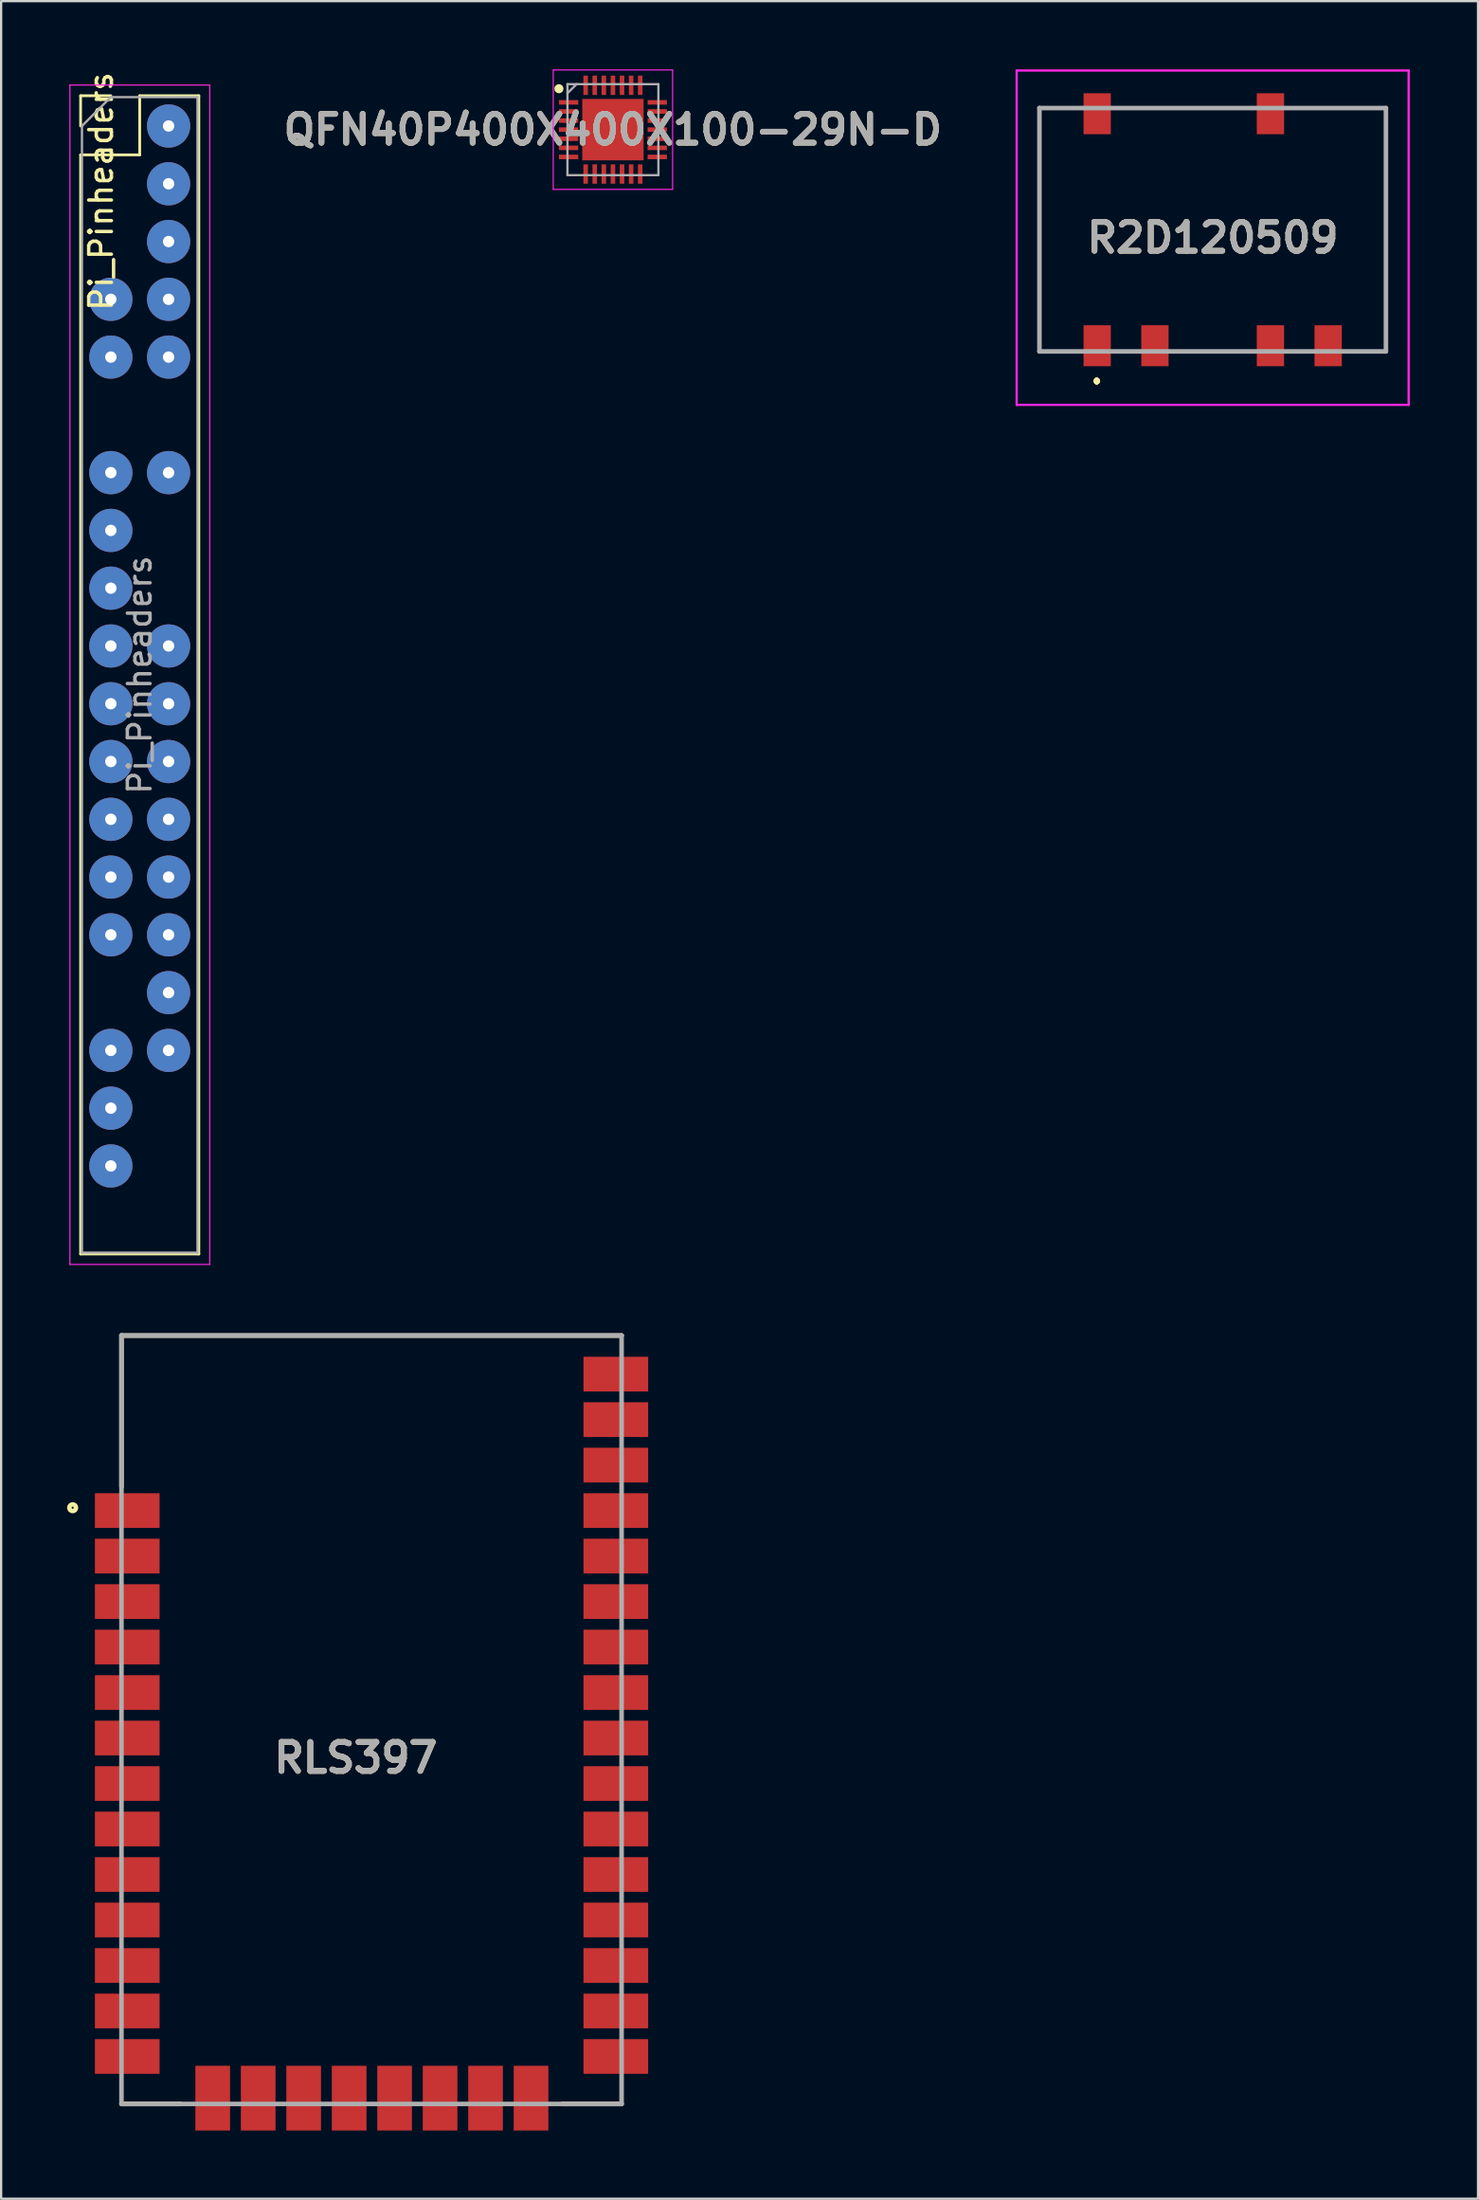
<source format=kicad_pcb>
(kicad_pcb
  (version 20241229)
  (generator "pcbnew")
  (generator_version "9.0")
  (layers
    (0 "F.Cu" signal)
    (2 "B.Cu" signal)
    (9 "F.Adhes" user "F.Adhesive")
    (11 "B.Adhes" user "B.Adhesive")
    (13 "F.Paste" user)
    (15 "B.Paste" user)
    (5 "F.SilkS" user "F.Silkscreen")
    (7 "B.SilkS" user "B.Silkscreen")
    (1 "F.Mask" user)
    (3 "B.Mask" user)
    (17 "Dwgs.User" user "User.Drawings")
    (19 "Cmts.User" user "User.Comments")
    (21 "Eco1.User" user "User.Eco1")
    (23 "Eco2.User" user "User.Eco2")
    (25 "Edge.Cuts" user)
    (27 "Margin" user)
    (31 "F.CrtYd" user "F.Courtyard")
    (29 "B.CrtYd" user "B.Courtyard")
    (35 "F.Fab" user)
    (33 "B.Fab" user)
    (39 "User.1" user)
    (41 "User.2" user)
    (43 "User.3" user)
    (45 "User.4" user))
  (footprint "RLS397"
    (layer "F.Cu")
    (at 24.289 89.446)
    (property "Reference" "RLS397" (at -11.695 -15.217 0) (layer "F.SilkS") (effects (font (size 1.27 1.27) (thickness 0.254))))
    (attr smd)
    (fp_line (start -21.996 -33.782) (end -21.996 -27.128) (stroke (width 0.2) (type solid)) (layer "F.SilkS"))
    (fp_line (start -21.996 0) (end -19.4 0) (stroke (width 0.2) (type solid)) (layer "F.SilkS"))
    (fp_line (start 0 -33.782) (end -21.996 -33.782) (stroke (width 0.2) (type solid)) (layer "F.SilkS"))
    (fp_line (start 0 0) (end -2.6 0) (stroke (width 0.2) (type solid)) (layer "F.SilkS"))
    (fp_circle (center -24.143 -26.211) (end -24.143 -26.165) (stroke (width 0.2) (type solid)) (fill no) (layer "F.SilkS"))
    (fp_line (start -21.996 -33.782) (end 0 -33.782) (stroke (width 0.2) (type solid)) (layer "F.Fab"))
    (fp_line (start -21.996 0) (end -21.996 -33.782) (stroke (width 0.2) (type solid)) (layer "F.Fab"))
    (fp_line (start 0 -33.782) (end 0 0) (stroke (width 0.2) (type solid)) (layer "F.Fab"))
    (fp_line (start 0 0) (end -21.996 0) (stroke (width 0.2) (type solid)) (layer "F.Fab"))
    (fp_text user "${REFERENCE}" (at -11.695 -15.217 0) (layer "F.Fab") (effects (font (size 1.27 1.27) (thickness 0.254))))
    (pad "1" smd rect (at -21.742 -26.086 90) (size 1.524 2.845) (layers "F.Cu" "F.Mask" "F.Paste"))
    (pad "2" smd rect (at -21.742 -24.086 90) (size 1.524 2.845) (layers "F.Cu" "F.Mask" "F.Paste"))
    (pad "3" smd rect (at -21.742 -22.086 90) (size 1.524 2.845) (layers "F.Cu" "F.Mask" "F.Paste"))
    (pad "4" smd rect (at -21.742 -20.086 90) (size 1.524 2.845) (layers "F.Cu" "F.Mask" "F.Paste"))
    (pad "5" smd rect (at -21.742 -18.086 90) (size 1.524 2.845) (layers "F.Cu" "F.Mask" "F.Paste"))
    (pad "6" smd rect (at -21.742 -16.086 90) (size 1.524 2.845) (layers "F.Cu" "F.Mask" "F.Paste"))
    (pad "7" smd rect (at -21.742 -14.086 90) (size 1.524 2.845) (layers "F.Cu" "F.Mask" "F.Paste"))
    (pad "8" smd rect (at -21.742 -12.086 90) (size 1.524 2.845) (layers "F.Cu" "F.Mask" "F.Paste"))
    (pad "9" smd rect (at -21.742 -10.086 90) (size 1.524 2.845) (layers "F.Cu" "F.Mask" "F.Paste"))
    (pad "10" smd rect (at -21.742 -8.086 90) (size 1.524 2.845) (layers "F.Cu" "F.Mask" "F.Paste"))
    (pad "11" smd rect (at -21.742 -6.086 90) (size 1.524 2.845) (layers "F.Cu" "F.Mask" "F.Paste"))
    (pad "12" smd rect (at -21.742 -4.086 90) (size 1.524 2.845) (layers "F.Cu" "F.Mask" "F.Paste"))
    (pad "13" smd rect (at -21.742 -2.086 90) (size 1.524 2.845) (layers "F.Cu" "F.Mask" "F.Paste"))
    (pad "14" smd rect (at -17.983 -0.254) (size 1.524 2.845) (layers "F.Cu" "F.Mask" "F.Paste"))
    (pad "15" smd rect (at -15.983 -0.254) (size 1.524 2.845) (layers "F.Cu" "F.Mask" "F.Paste"))
    (pad "16" smd rect (at -13.983 -0.254) (size 1.524 2.845) (layers "F.Cu" "F.Mask" "F.Paste"))
    (pad "17" smd rect (at -11.983 -0.254) (size 1.524 2.845) (layers "F.Cu" "F.Mask" "F.Paste"))
    (pad "18" smd rect (at -9.983 -0.254) (size 1.524 2.845) (layers "F.Cu" "F.Mask" "F.Paste"))
    (pad "19" smd rect (at -7.983 -0.254) (size 1.524 2.845) (layers "F.Cu" "F.Mask" "F.Paste"))
    (pad "20" smd rect (at -5.983 -0.254) (size 1.524 2.845) (layers "F.Cu" "F.Mask" "F.Paste"))
    (pad "21" smd rect (at -3.983 -0.254) (size 1.524 2.845) (layers "F.Cu" "F.Mask" "F.Paste"))
    (pad "22" smd rect (at -0.254 -2.086 90) (size 1.524 2.845) (layers "F.Cu" "F.Mask" "F.Paste"))
    (pad "23" smd rect (at -0.254 -4.086 90) (size 1.524 2.845) (layers "F.Cu" "F.Mask" "F.Paste"))
    (pad "24" smd rect (at -0.254 -6.086 90) (size 1.524 2.845) (layers "F.Cu" "F.Mask" "F.Paste"))
    (pad "25" smd rect (at -0.254 -8.086 90) (size 1.524 2.845) (layers "F.Cu" "F.Mask" "F.Paste"))
    (pad "26" smd rect (at -0.254 -10.086 90) (size 1.524 2.845) (layers "F.Cu" "F.Mask" "F.Paste"))
    (pad "27" smd rect (at -0.254 -12.086 90) (size 1.524 2.845) (layers "F.Cu" "F.Mask" "F.Paste"))
    (pad "28" smd rect (at -0.254 -14.086 90) (size 1.524 2.845) (layers "F.Cu" "F.Mask" "F.Paste"))
    (pad "29" smd rect (at -0.254 -16.086 90) (size 1.524 2.845) (layers "F.Cu" "F.Mask" "F.Paste"))
    (pad "30" smd rect (at -0.254 -18.086 90) (size 1.524 2.845) (layers "F.Cu" "F.Mask" "F.Paste"))
    (pad "31" smd rect (at -0.254 -20.086 90) (size 1.524 2.845) (layers "F.Cu" "F.Mask" "F.Paste"))
    (pad "32" smd rect (at -0.254 -22.086 90) (size 1.524 2.845) (layers "F.Cu" "F.Mask" "F.Paste"))
    (pad "33" smd rect (at -0.254 -24.086 90) (size 1.524 2.845) (layers "F.Cu" "F.Mask" "F.Paste"))
    (pad "34" smd rect (at -0.254 -26.086 90) (size 1.524 2.845) (layers "F.Cu" "F.Mask" "F.Paste"))
    (pad "35" smd rect (at -0.254 -28.086 90) (size 1.524 2.845) (layers "F.Cu" "F.Mask" "F.Paste"))
    (pad "36" smd rect (at -0.254 -30.086 90) (size 1.524 2.845) (layers "F.Cu" "F.Mask" "F.Paste"))
    (pad "37" smd rect (at -0.254 -32.086 90) (size 1.524 2.845) (layers "F.Cu" "F.Mask" "F.Paste")))
  (footprint "R2D120509"
    (layer "F.Cu")
    (at 50.286 7.05)
    (property "Reference" "R2D120509" (at 0 0.35 180) (layer "F.SilkS") (effects (font (size 1.27 1.27) (thickness 0.254))))
    (attr smd)
    (fp_line (start -7.62 -5.35) (end -7.62 5.35) (stroke (width 0.1) (type solid)) (layer "F.SilkS"))
    (fp_line (start -7.62 5.35) (end -6.25 5.35) (stroke (width 0.1) (type solid)) (layer "F.SilkS"))
    (fp_line (start -6.25 -5.35) (end -7.62 -5.35) (stroke (width 0.1) (type solid)) (layer "F.SilkS"))
    (fp_line (start -5.1 6.6) (end -5.1 6.6) (stroke (width 0.2) (type solid)) (layer "F.SilkS"))
    (fp_line (start -5.1 6.7) (end -5.1 6.7) (stroke (width 0.2) (type solid)) (layer "F.SilkS"))
    (fp_line (start -5.1 6.7) (end -5.1 6.7) (stroke (width 0.2) (type solid)) (layer "F.SilkS"))
    (fp_line (start -1.25 5.35) (end 1.25 5.35) (stroke (width 0.1) (type solid)) (layer "F.SilkS"))
    (fp_line (start 1.25 -5.35) (end -3.75 -5.35) (stroke (width 0.1) (type solid)) (layer "F.SilkS"))
    (fp_line (start 6.25 5.35) (end 7.62 5.35) (stroke (width 0.1) (type solid)) (layer "F.SilkS"))
    (fp_line (start 7.62 -5.35) (end 3.75 -5.35) (stroke (width 0.1) (type solid)) (layer "F.SilkS"))
    (fp_line (start 7.62 5.35) (end 7.62 -5.35) (stroke (width 0.1) (type solid)) (layer "F.SilkS"))
    (fp_arc (start -5.1 6.6) (mid -5.05 6.65) (end -5.1 6.7) (stroke (width 0.2) (type solid)) (layer "F.SilkS"))
    (fp_arc (start -5.1 6.6) (mid -5.05 6.65) (end -5.1 6.7) (stroke (width 0.2) (type solid)) (layer "F.SilkS"))
    (fp_arc (start -5.1 6.7) (mid -5.15 6.65) (end -5.1 6.6) (stroke (width 0.2) (type solid)) (layer "F.SilkS"))
    (fp_line (start -8.62 -7) (end 8.62 -7) (stroke (width 0.1) (type solid)) (layer "F.CrtYd"))
    (fp_line (start -8.62 7.7) (end -8.62 -7) (stroke (width 0.1) (type solid)) (layer "F.CrtYd"))
    (fp_line (start 8.62 -7) (end 8.62 7.7) (stroke (width 0.1) (type solid)) (layer "F.CrtYd"))
    (fp_line (start 8.62 7.7) (end -8.62 7.7) (stroke (width 0.1) (type solid)) (layer "F.CrtYd"))
    (fp_line (start -7.62 -5.35) (end -7.62 5.35) (stroke (width 0.2) (type solid)) (layer "F.Fab"))
    (fp_line (start -7.62 5.35) (end 7.62 5.35) (stroke (width 0.2) (type solid)) (layer "F.Fab"))
    (fp_line (start 7.62 -5.35) (end -7.62 -5.35) (stroke (width 0.2) (type solid)) (layer "F.Fab"))
    (fp_line (start 7.62 5.35) (end 7.62 -5.35) (stroke (width 0.2) (type solid)) (layer "F.Fab"))
    (fp_text user "${REFERENCE}" (at 0 0.35 180) (layer "F.Fab") (effects (font (size 1.27 1.27) (thickness 0.254))))
    (pad "1" smd rect (at -5.08 5.1) (size 1.2 1.8) (layers "F.Cu" "F.Mask" "F.Paste"))
    (pad "2" smd rect (at -2.54 5.1) (size 1.2 1.8) (layers "F.Cu" "F.Mask" "F.Paste"))
    (pad "4" smd rect (at 2.54 5.1) (size 1.2 1.8) (layers "F.Cu" "F.Mask" "F.Paste"))
    (pad "5" smd rect (at 5.08 5.1) (size 1.2 1.8) (layers "F.Cu" "F.Mask" "F.Paste"))
    (pad "7" smd rect (at 2.54 -5.1) (size 1.2 1.8) (layers "F.Cu" "F.Mask" "F.Paste"))
    (pad "10" smd rect (at -5.08 -5.1) (size 1.2 1.8) (layers "F.Cu" "F.Mask" "F.Paste")))
  (footprint "QFN40P400X400X100-29N-D"
    (layer "F.Cu")
    (at 23.908 2.65)
    (property "Reference" "QFN40P400X400X100-29N-D" (at 0 0 0) (layer "F.SilkS") (effects (font (size 1.27 1.27) (thickness 0.254))))
    (attr smd)
    (fp_circle (center -2.375 -1.8) (end -2.375 -1.7) (stroke (width 0.2) (type solid)) (fill no) (layer "F.SilkS"))
    (fp_line (start -2.625 -2.625) (end 2.625 -2.625) (stroke (width 0.05) (type solid)) (layer "F.CrtYd"))
    (fp_line (start -2.625 2.625) (end -2.625 -2.625) (stroke (width 0.05) (type solid)) (layer "F.CrtYd"))
    (fp_line (start 2.625 -2.625) (end 2.625 2.625) (stroke (width 0.05) (type solid)) (layer "F.CrtYd"))
    (fp_line (start 2.625 2.625) (end -2.625 2.625) (stroke (width 0.05) (type solid)) (layer "F.CrtYd"))
    (fp_line (start -2 -2) (end 2 -2) (stroke (width 0.1) (type solid)) (layer "F.Fab"))
    (fp_line (start -2 -1.6) (end -1.6 -2) (stroke (width 0.1) (type solid)) (layer "F.Fab"))
    (fp_line (start -2 2) (end -2 -2) (stroke (width 0.1) (type solid)) (layer "F.Fab"))
    (fp_line (start 2 -2) (end 2 2) (stroke (width 0.1) (type solid)) (layer "F.Fab"))
    (fp_line (start 2 2) (end -2 2) (stroke (width 0.1) (type solid)) (layer "F.Fab"))
    (fp_text user "${REFERENCE}" (at 0 0 0) (layer "F.Fab") (effects (font (size 1.27 1.27) (thickness 0.254))))
    (pad "1" smd rect (at -1.95 -1.2 90) (size 0.2 0.85) (layers "F.Cu" "F.Mask" "F.Paste"))
    (pad "2" smd rect (at -1.95 -0.8 90) (size 0.2 0.85) (layers "F.Cu" "F.Mask" "F.Paste"))
    (pad "3" smd rect (at -1.95 -0.4 90) (size 0.2 0.85) (layers "F.Cu" "F.Mask" "F.Paste"))
    (pad "4" smd rect (at -1.95 0 90) (size 0.2 0.85) (layers "F.Cu" "F.Mask" "F.Paste"))
    (pad "5" smd rect (at -1.95 0.4 90) (size 0.2 0.85) (layers "F.Cu" "F.Mask" "F.Paste"))
    (pad "6" smd rect (at -1.95 0.8 90) (size 0.2 0.85) (layers "F.Cu" "F.Mask" "F.Paste"))
    (pad "7" smd rect (at -1.95 1.2 90) (size 0.2 0.85) (layers "F.Cu" "F.Mask" "F.Paste"))
    (pad "8" smd rect (at -1.2 1.95) (size 0.2 0.85) (layers "F.Cu" "F.Mask" "F.Paste"))
    (pad "9" smd rect (at -0.8 1.95) (size 0.2 0.85) (layers "F.Cu" "F.Mask" "F.Paste"))
    (pad "10" smd rect (at -0.4 1.95) (size 0.2 0.85) (layers "F.Cu" "F.Mask" "F.Paste"))
    (pad "11" smd rect (at 0 1.95) (size 0.2 0.85) (layers "F.Cu" "F.Mask" "F.Paste"))
    (pad "12" smd rect (at 0.4 1.95) (size 0.2 0.85) (layers "F.Cu" "F.Mask" "F.Paste"))
    (pad "13" smd rect (at 0.8 1.95) (size 0.2 0.85) (layers "F.Cu" "F.Mask" "F.Paste"))
    (pad "14" smd rect (at 1.2 1.95) (size 0.2 0.85) (layers "F.Cu" "F.Mask" "F.Paste"))
    (pad "15" smd rect (at 1.95 1.2 90) (size 0.2 0.85) (layers "F.Cu" "F.Mask" "F.Paste"))
    (pad "16" smd rect (at 1.95 0.8 90) (size 0.2 0.85) (layers "F.Cu" "F.Mask" "F.Paste"))
    (pad "17" smd rect (at 1.95 0.4 90) (size 0.2 0.85) (layers "F.Cu" "F.Mask" "F.Paste"))
    (pad "18" smd rect (at 1.95 0 90) (size 0.2 0.85) (layers "F.Cu" "F.Mask" "F.Paste"))
    (pad "19" smd rect (at 1.95 -0.4 90) (size 0.2 0.85) (layers "F.Cu" "F.Mask" "F.Paste"))
    (pad "20" smd rect (at 1.95 -0.8 90) (size 0.2 0.85) (layers "F.Cu" "F.Mask" "F.Paste"))
    (pad "21" smd rect (at 1.95 -1.2 90) (size 0.2 0.85) (layers "F.Cu" "F.Mask" "F.Paste"))
    (pad "22" smd rect (at 1.2 -1.95) (size 0.2 0.85) (layers "F.Cu" "F.Mask" "F.Paste"))
    (pad "23" smd rect (at 0.8 -1.95) (size 0.2 0.85) (layers "F.Cu" "F.Mask" "F.Paste"))
    (pad "24" smd rect (at 0.4 -1.95) (size 0.2 0.85) (layers "F.Cu" "F.Mask" "F.Paste"))
    (pad "25" smd rect (at 0 -1.95) (size 0.2 0.85) (layers "F.Cu" "F.Mask" "F.Paste"))
    (pad "26" smd rect (at -0.4 -1.95) (size 0.2 0.85) (layers "F.Cu" "F.Mask" "F.Paste"))
    (pad "27" smd rect (at -0.8 -1.95) (size 0.2 0.85) (layers "F.Cu" "F.Mask" "F.Paste"))
    (pad "28" smd rect (at -1.2 -1.95) (size 0.2 0.85) (layers "F.Cu" "F.Mask" "F.Paste"))
    (pad "29" smd rect (at 0 0) (size 2.7 2.7) (layers "F.Cu" "F.Mask" "F.Paste")))
  (footprint "Pi_Pinheaders"
    (layer "F.Cu")
    (at 1.825 2.489)
    (property "Reference" "Pi_Pinheaders" (at -0.43 2.874 90) (layer "F.SilkS") (effects (font (size 1 1) (thickness 0.15))))
    (attr through_hole)
    (fp_line (start -1.33 -1.33) (end -1.33 0) (stroke (width 0.12) (type solid)) (layer "F.SilkS"))
    (fp_line (start -1.33 49.59) (end -1.33 1.27) (stroke (width 0.12) (type solid)) (layer "F.SilkS"))
    (fp_line (start 0 -1.33) (end -1.33 -1.33) (stroke (width 0.12) (type solid)) (layer "F.SilkS"))
    (fp_line (start 1.27 -1.33) (end 1.27 1.27) (stroke (width 0.12) (type solid)) (layer "F.SilkS"))
    (fp_line (start 1.27 1.27) (end -1.33 1.27) (stroke (width 0.12) (type solid)) (layer "F.SilkS"))
    (fp_line (start 3.87 -1.33) (end 1.27 -1.33) (stroke (width 0.12) (type solid)) (layer "F.SilkS"))
    (fp_line (start 3.87 49.59) (end -1.33 49.59) (stroke (width 0.12) (type solid)) (layer "F.SilkS"))
    (fp_line (start 3.87 49.59) (end 3.87 -1.33) (stroke (width 0.12) (type solid)) (layer "F.SilkS"))
    (fp_line (start -1.8 -1.8) (end 4.35 -1.8) (stroke (width 0.05) (type solid)) (layer "F.CrtYd"))
    (fp_line (start -1.8 50.05) (end -1.8 -1.8) (stroke (width 0.05) (type solid)) (layer "F.CrtYd"))
    (fp_line (start 4.35 -1.8) (end 4.35 50.05) (stroke (width 0.05) (type solid)) (layer "F.CrtYd"))
    (fp_line (start 4.35 50.05) (end -1.8 50.05) (stroke (width 0.05) (type solid)) (layer "F.CrtYd"))
    (fp_line (start -1.27 0) (end -1.27 49.53) (stroke (width 0.1) (type solid)) (layer "F.Fab"))
    (fp_line (start -1.27 49.53) (end 3.81 49.53) (stroke (width 0.1) (type solid)) (layer "F.Fab"))
    (fp_line (start 0 -1.27) (end -1.27 0) (stroke (width 0.1) (type solid)) (layer "F.Fab"))
    (fp_line (start 3.81 -1.27) (end 0 -1.27) (stroke (width 0.1) (type solid)) (layer "F.Fab"))
    (fp_line (start 3.81 49.53) (end 3.81 -1.27) (stroke (width 0.1) (type solid)) (layer "F.Fab"))
    (fp_text user "${REFERENCE}" (at 1.27 24.13 90) (layer "F.Fab") (effects (font (size 1 1) (thickness 0.15))))
    (pad "2" thru_hole circle (at 2.54 0 180) (size 1.9 1.9) (drill 0.5) (layers "*.Cu" "*.Mask"))
    (pad "4" thru_hole circle (at 2.54 2.54 180) (size 1.9 1.9) (drill 0.5) (layers "*.Cu" "*.Mask"))
    (pad "6" thru_hole circle (at 2.54 5.08 180) (size 1.9 1.9) (drill 0.5) (layers "*.Cu" "*.Mask"))
    (pad "7" thru_hole circle (at 0 7.62 180) (size 1.9 1.9) (drill 0.5) (layers "*.Cu" "*.Mask"))
    (pad "8" thru_hole circle (at 2.54 7.62 180) (size 1.9 1.9) (drill 0.5) (layers "*.Cu" "*.Mask"))
    (pad "9" thru_hole circle (at 0 10.16 180) (size 1.9 1.9) (drill 0.5) (layers "*.Cu" "*.Mask"))
    (pad "10" thru_hole circle (at 2.54 10.16 180) (size 1.9 1.9) (drill 0.5) (layers "*.Cu" "*.Mask"))
    (pad "13" thru_hole circle (at 0 15.24 180) (size 1.9 1.9) (drill 0.5) (layers "*.Cu" "*.Mask"))
    (pad "14" thru_hole circle (at 2.54 15.24 180) (size 1.9 1.9) (drill 0.5) (layers "*.Cu" "*.Mask"))
    (pad "15" thru_hole circle (at 0 17.78 180) (size 1.9 1.9) (drill 0.5) (layers "*.Cu" "*.Mask"))
    (pad "17" thru_hole circle (at 0 20.32 180) (size 1.9 1.9) (drill 0.5) (layers "*.Cu" "*.Mask"))
    (pad "19" thru_hole circle (at 0 22.86 180) (size 1.9 1.9) (drill 0.5) (layers "*.Cu" "*.Mask"))
    (pad "20" thru_hole circle (at 2.54 22.86 180) (size 1.9 1.9) (drill 0.5) (layers "*.Cu" "*.Mask"))
    (pad "21" thru_hole circle (at 0 25.4 180) (size 1.9 1.9) (drill 0.5) (layers "*.Cu" "*.Mask"))
    (pad "22" thru_hole circle (at 2.54 25.4 180) (size 1.9 1.9) (drill 0.5) (layers "*.Cu" "*.Mask"))
    (pad "23" thru_hole circle (at 0 27.94 180) (size 1.9 1.9) (drill 0.5) (layers "*.Cu" "*.Mask"))
    (pad "24" thru_hole circle (at 2.54 27.94 180) (size 1.9 1.9) (drill 0.5) (layers "*.Cu" "*.Mask"))
    (pad "25" thru_hole circle (at 0 30.48 180) (size 1.9 1.9) (drill 0.5) (layers "*.Cu" "*.Mask"))
    (pad "26" thru_hole circle (at 2.54 30.48 180) (size 1.9 1.9) (drill 0.5) (layers "*.Cu" "*.Mask"))
    (pad "27" thru_hole circle (at 0 33.02 180) (size 1.9 1.9) (drill 0.5) (layers "*.Cu" "*.Mask"))
    (pad "28" thru_hole circle (at 2.54 33.02 180) (size 1.9 1.9) (drill 0.5) (layers "*.Cu" "*.Mask"))
    (pad "29" thru_hole circle (at 0 35.56 180) (size 1.9 1.9) (drill 0.5) (layers "*.Cu" "*.Mask"))
    (pad "30" thru_hole circle (at 2.54 35.56 180) (size 1.9 1.9) (drill 0.5) (layers "*.Cu" "*.Mask"))
    (pad "32" thru_hole circle (at 2.54 38.1 180) (size 1.9 1.9) (drill 0.5) (layers "*.Cu" "*.Mask"))
    (pad "33" thru_hole circle (at 0 40.64 180) (size 1.9 1.9) (drill 0.5) (layers "*.Cu" "*.Mask"))
    (pad "34" thru_hole circle (at 2.54 40.64 180) (size 1.9 1.9) (drill 0.5) (layers "*.Cu" "*.Mask"))
    (pad "35" thru_hole circle (at 0 43.18 180) (size 1.9 1.9) (drill 0.5) (layers "*.Cu" "*.Mask"))
    (pad "37" thru_hole circle (at 0 45.72 180) (size 1.9 1.9) (drill 0.5) (layers "*.Cu" "*.Mask")))
  (gr_rect
    (start -3 -3)
    (end 61.956 93.614)
    (stroke (width 0.1) (type default))
    (fill no)
    (layer "Edge.Cuts")))
</source>
